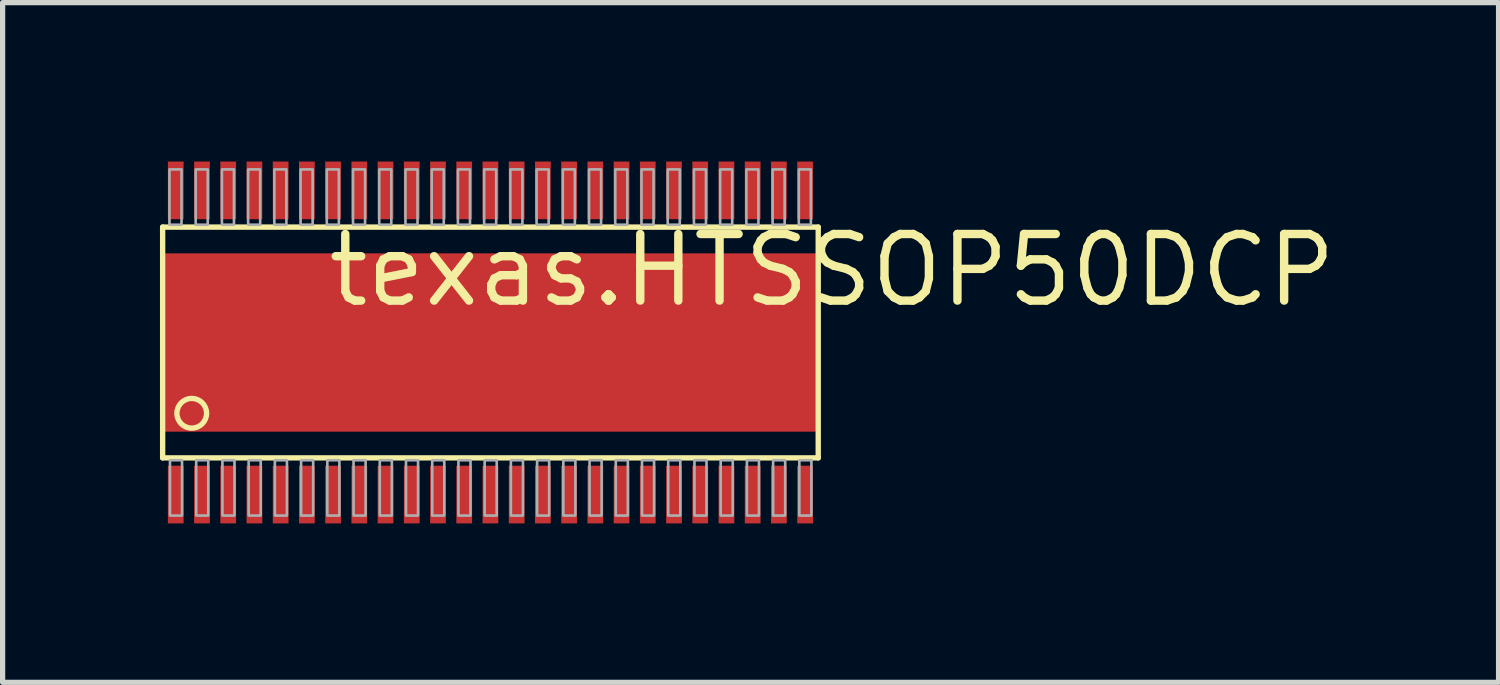
<source format=kicad_pcb>
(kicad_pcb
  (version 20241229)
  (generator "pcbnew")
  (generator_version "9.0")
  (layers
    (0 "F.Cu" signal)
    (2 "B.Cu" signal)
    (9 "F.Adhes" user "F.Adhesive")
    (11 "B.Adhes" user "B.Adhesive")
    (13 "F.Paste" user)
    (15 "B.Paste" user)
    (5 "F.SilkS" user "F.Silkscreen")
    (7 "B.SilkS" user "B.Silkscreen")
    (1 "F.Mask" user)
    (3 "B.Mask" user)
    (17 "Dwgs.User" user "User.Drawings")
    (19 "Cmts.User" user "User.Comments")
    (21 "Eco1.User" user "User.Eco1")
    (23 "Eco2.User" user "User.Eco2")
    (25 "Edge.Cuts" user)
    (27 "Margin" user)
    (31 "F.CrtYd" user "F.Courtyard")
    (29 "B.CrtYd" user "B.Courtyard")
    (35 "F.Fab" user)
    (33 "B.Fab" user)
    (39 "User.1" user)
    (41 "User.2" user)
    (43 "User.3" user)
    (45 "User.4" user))
  (footprint "texas.HTSSOP50DCP"
    (layer "F.Cu")
    (at 6.301 3.48)
    (property "Reference" "texas.HTSSOP50DCP" (at -3.175 -0.635 0) (layer "F.SilkS") (effects (font (size 1.27 1.27) (thickness 0.16)) (justify left bottom)))
    (attr smd)
    (fp_rect (start -6.25 1.7) (end 6.25 -1.7) (stroke (width 0.05) (type default)) (fill yes) (layer "F.Mask"))
    (fp_rect (start -6.155 -2.345) (end -5.845 -3.455) (stroke (width 0.05) (type default)) (fill yes) (layer "F.Mask"))
    (fp_rect (start -6.155 3.455) (end -5.845 2.345) (stroke (width 0.05) (type default)) (fill yes) (layer "F.Mask"))
    (fp_rect (start -5.655 -2.345) (end -5.345 -3.455) (stroke (width 0.05) (type default)) (fill yes) (layer "F.Mask"))
    (fp_rect (start -5.655 3.455) (end -5.345 2.345) (stroke (width 0.05) (type default)) (fill yes) (layer "F.Mask"))
    (fp_rect (start -5.155 -2.345) (end -4.845 -3.455) (stroke (width 0.05) (type default)) (fill yes) (layer "F.Mask"))
    (fp_rect (start -5.155 3.455) (end -4.845 2.345) (stroke (width 0.05) (type default)) (fill yes) (layer "F.Mask"))
    (fp_rect (start -4.655 -2.345) (end -4.345 -3.455) (stroke (width 0.05) (type default)) (fill yes) (layer "F.Mask"))
    (fp_rect (start -4.655 3.455) (end -4.345 2.345) (stroke (width 0.05) (type default)) (fill yes) (layer "F.Mask"))
    (fp_rect (start -4.155 -2.345) (end -3.845 -3.455) (stroke (width 0.05) (type default)) (fill yes) (layer "F.Mask"))
    (fp_rect (start -4.155 3.455) (end -3.845 2.345) (stroke (width 0.05) (type default)) (fill yes) (layer "F.Mask"))
    (fp_rect (start -3.655 -2.345) (end -3.345 -3.455) (stroke (width 0.05) (type default)) (fill yes) (layer "F.Mask"))
    (fp_rect (start -3.655 3.455) (end -3.345 2.345) (stroke (width 0.05) (type default)) (fill yes) (layer "F.Mask"))
    (fp_rect (start -3.155 -2.345) (end -2.845 -3.455) (stroke (width 0.05) (type default)) (fill yes) (layer "F.Mask"))
    (fp_rect (start -3.155 3.455) (end -2.845 2.345) (stroke (width 0.05) (type default)) (fill yes) (layer "F.Mask"))
    (fp_rect (start -2.655 -2.345) (end -2.345 -3.455) (stroke (width 0.05) (type default)) (fill yes) (layer "F.Mask"))
    (fp_rect (start -2.655 3.455) (end -2.345 2.345) (stroke (width 0.05) (type default)) (fill yes) (layer "F.Mask"))
    (fp_rect (start -2.155 -2.345) (end -1.845 -3.455) (stroke (width 0.05) (type default)) (fill yes) (layer "F.Mask"))
    (fp_rect (start -2.155 3.455) (end -1.845 2.345) (stroke (width 0.05) (type default)) (fill yes) (layer "F.Mask"))
    (fp_rect (start -1.655 -2.345) (end -1.345 -3.455) (stroke (width 0.05) (type default)) (fill yes) (layer "F.Mask"))
    (fp_rect (start -1.655 3.455) (end -1.345 2.345) (stroke (width 0.05) (type default)) (fill yes) (layer "F.Mask"))
    (fp_rect (start -1.155 -2.345) (end -0.845 -3.455) (stroke (width 0.05) (type default)) (fill yes) (layer "F.Mask"))
    (fp_rect (start -1.155 3.455) (end -0.845 2.345) (stroke (width 0.05) (type default)) (fill yes) (layer "F.Mask"))
    (fp_rect (start -0.655 -2.345) (end -0.345 -3.455) (stroke (width 0.05) (type default)) (fill yes) (layer "F.Mask"))
    (fp_rect (start -0.655 3.455) (end -0.345 2.345) (stroke (width 0.05) (type default)) (fill yes) (layer "F.Mask"))
    (fp_rect (start -0.155 -2.345) (end 0.155 -3.455) (stroke (width 0.05) (type default)) (fill yes) (layer "F.Mask"))
    (fp_rect (start -0.155 3.455) (end 0.155 2.345) (stroke (width 0.05) (type default)) (fill yes) (layer "F.Mask"))
    (fp_rect (start 0.345 -2.345) (end 0.655 -3.455) (stroke (width 0.05) (type default)) (fill yes) (layer "F.Mask"))
    (fp_rect (start 0.345 3.455) (end 0.655 2.345) (stroke (width 0.05) (type default)) (fill yes) (layer "F.Mask"))
    (fp_rect (start 0.845 -2.345) (end 1.155 -3.455) (stroke (width 0.05) (type default)) (fill yes) (layer "F.Mask"))
    (fp_rect (start 0.845 3.455) (end 1.155 2.345) (stroke (width 0.05) (type default)) (fill yes) (layer "F.Mask"))
    (fp_rect (start 1.345 -2.345) (end 1.655 -3.455) (stroke (width 0.05) (type default)) (fill yes) (layer "F.Mask"))
    (fp_rect (start 1.345 3.455) (end 1.655 2.345) (stroke (width 0.05) (type default)) (fill yes) (layer "F.Mask"))
    (fp_rect (start 1.845 -2.345) (end 2.155 -3.455) (stroke (width 0.05) (type default)) (fill yes) (layer "F.Mask"))
    (fp_rect (start 1.845 3.455) (end 2.155 2.345) (stroke (width 0.05) (type default)) (fill yes) (layer "F.Mask"))
    (fp_rect (start 2.345 -2.345) (end 2.655 -3.455) (stroke (width 0.05) (type default)) (fill yes) (layer "F.Mask"))
    (fp_rect (start 2.345 3.455) (end 2.655 2.345) (stroke (width 0.05) (type default)) (fill yes) (layer "F.Mask"))
    (fp_rect (start 2.845 -2.345) (end 3.155 -3.455) (stroke (width 0.05) (type default)) (fill yes) (layer "F.Mask"))
    (fp_rect (start 2.845 3.455) (end 3.155 2.345) (stroke (width 0.05) (type default)) (fill yes) (layer "F.Mask"))
    (fp_rect (start 3.345 -2.345) (end 3.655 -3.455) (stroke (width 0.05) (type default)) (fill yes) (layer "F.Mask"))
    (fp_rect (start 3.345 3.455) (end 3.655 2.345) (stroke (width 0.05) (type default)) (fill yes) (layer "F.Mask"))
    (fp_rect (start 3.845 -2.345) (end 4.155 -3.455) (stroke (width 0.05) (type default)) (fill yes) (layer "F.Mask"))
    (fp_rect (start 3.845 3.455) (end 4.155 2.345) (stroke (width 0.05) (type default)) (fill yes) (layer "F.Mask"))
    (fp_rect (start 4.345 -2.345) (end 4.655 -3.455) (stroke (width 0.05) (type default)) (fill yes) (layer "F.Mask"))
    (fp_rect (start 4.345 3.455) (end 4.655 2.345) (stroke (width 0.05) (type default)) (fill yes) (layer "F.Mask"))
    (fp_rect (start 4.845 -2.345) (end 5.155 -3.455) (stroke (width 0.05) (type default)) (fill yes) (layer "F.Mask"))
    (fp_rect (start 4.845 3.455) (end 5.155 2.345) (stroke (width 0.05) (type default)) (fill yes) (layer "F.Mask"))
    (fp_rect (start 5.345 -2.345) (end 5.655 -3.455) (stroke (width 0.05) (type default)) (fill yes) (layer "F.Mask"))
    (fp_rect (start 5.345 3.455) (end 5.655 2.345) (stroke (width 0.05) (type default)) (fill yes) (layer "F.Mask"))
    (fp_rect (start 5.845 -2.345) (end 6.155 -3.455) (stroke (width 0.05) (type default)) (fill yes) (layer "F.Mask"))
    (fp_rect (start 5.845 3.455) (end 6.155 2.345) (stroke (width 0.05) (type default)) (fill yes) (layer "F.Mask"))
    (fp_line (start -6.25 -2.2) (end 6.25 -2.2) (stroke (width 0.102) (type default)) (layer "F.SilkS"))
    (fp_line (start -6.25 2.2) (end -6.25 -2.2) (stroke (width 0.102) (type default)) (layer "F.SilkS"))
    (fp_line (start 6.25 -2.2) (end 6.25 2.2) (stroke (width 0.102) (type default)) (layer "F.SilkS"))
    (fp_line (start 6.25 2.2) (end -6.25 2.2) (stroke (width 0.102) (type default)) (layer "F.SilkS"))
    (fp_circle (center -5.695 1.35) (end -5.412 1.35) (stroke (width 0.102) (type default)) (fill no) (layer "F.SilkS"))
    (fp_rect (start -6.14 -2.365) (end -5.86 -3.435) (stroke (width 0.05) (type default)) (fill yes) (layer "F.Paste"))
    (fp_rect (start -6.14 3.435) (end -5.86 2.365) (stroke (width 0.05) (type default)) (fill yes) (layer "F.Paste"))
    (fp_rect (start -5.64 -2.365) (end -5.36 -3.435) (stroke (width 0.05) (type default)) (fill yes) (layer "F.Paste"))
    (fp_rect (start -5.64 3.435) (end -5.36 2.365) (stroke (width 0.05) (type default)) (fill yes) (layer "F.Paste"))
    (fp_rect (start -5.14 -2.365) (end -4.86 -3.435) (stroke (width 0.05) (type default)) (fill yes) (layer "F.Paste"))
    (fp_rect (start -5.14 3.435) (end -4.86 2.365) (stroke (width 0.05) (type default)) (fill yes) (layer "F.Paste"))
    (fp_rect (start -4.64 -2.365) (end -4.36 -3.435) (stroke (width 0.05) (type default)) (fill yes) (layer "F.Paste"))
    (fp_rect (start -4.64 3.435) (end -4.36 2.365) (stroke (width 0.05) (type default)) (fill yes) (layer "F.Paste"))
    (fp_rect (start -4.14 -2.365) (end -3.86 -3.435) (stroke (width 0.05) (type default)) (fill yes) (layer "F.Paste"))
    (fp_rect (start -4.14 3.435) (end -3.86 2.365) (stroke (width 0.05) (type default)) (fill yes) (layer "F.Paste"))
    (fp_rect (start -3.64 -2.365) (end -3.36 -3.435) (stroke (width 0.05) (type default)) (fill yes) (layer "F.Paste"))
    (fp_rect (start -3.64 3.435) (end -3.36 2.365) (stroke (width 0.05) (type default)) (fill yes) (layer "F.Paste"))
    (fp_rect (start -3.14 -2.365) (end -2.86 -3.435) (stroke (width 0.05) (type default)) (fill yes) (layer "F.Paste"))
    (fp_rect (start -3.14 3.435) (end -2.86 2.365) (stroke (width 0.05) (type default)) (fill yes) (layer "F.Paste"))
    (fp_rect (start -2.64 -2.365) (end -2.36 -3.435) (stroke (width 0.05) (type default)) (fill yes) (layer "F.Paste"))
    (fp_rect (start -2.64 3.435) (end -2.36 2.365) (stroke (width 0.05) (type default)) (fill yes) (layer "F.Paste"))
    (fp_rect (start -2.14 -2.365) (end -1.86 -3.435) (stroke (width 0.05) (type default)) (fill yes) (layer "F.Paste"))
    (fp_rect (start -2.14 3.435) (end -1.86 2.365) (stroke (width 0.05) (type default)) (fill yes) (layer "F.Paste"))
    (fp_rect (start -1.64 -2.365) (end -1.36 -3.435) (stroke (width 0.05) (type default)) (fill yes) (layer "F.Paste"))
    (fp_rect (start -1.64 3.435) (end -1.36 2.365) (stroke (width 0.05) (type default)) (fill yes) (layer "F.Paste"))
    (fp_rect (start -1.14 -2.365) (end -0.86 -3.435) (stroke (width 0.05) (type default)) (fill yes) (layer "F.Paste"))
    (fp_rect (start -1.14 3.435) (end -0.86 2.365) (stroke (width 0.05) (type default)) (fill yes) (layer "F.Paste"))
    (fp_rect (start -0.64 -2.365) (end -0.36 -3.435) (stroke (width 0.05) (type default)) (fill yes) (layer "F.Paste"))
    (fp_rect (start -0.64 3.435) (end -0.36 2.365) (stroke (width 0.05) (type default)) (fill yes) (layer "F.Paste"))
    (fp_rect (start -0.14 -2.365) (end 0.14 -3.435) (stroke (width 0.05) (type default)) (fill yes) (layer "F.Paste"))
    (fp_rect (start -0.14 3.435) (end 0.14 2.365) (stroke (width 0.05) (type default)) (fill yes) (layer "F.Paste"))
    (fp_rect (start 0.36 -2.365) (end 0.64 -3.435) (stroke (width 0.05) (type default)) (fill yes) (layer "F.Paste"))
    (fp_rect (start 0.36 3.435) (end 0.64 2.365) (stroke (width 0.05) (type default)) (fill yes) (layer "F.Paste"))
    (fp_rect (start 0.86 -2.365) (end 1.14 -3.435) (stroke (width 0.05) (type default)) (fill yes) (layer "F.Paste"))
    (fp_rect (start 0.86 3.435) (end 1.14 2.365) (stroke (width 0.05) (type default)) (fill yes) (layer "F.Paste"))
    (fp_rect (start 1.36 -2.365) (end 1.64 -3.435) (stroke (width 0.05) (type default)) (fill yes) (layer "F.Paste"))
    (fp_rect (start 1.36 3.435) (end 1.64 2.365) (stroke (width 0.05) (type default)) (fill yes) (layer "F.Paste"))
    (fp_rect (start 1.86 -2.365) (end 2.14 -3.435) (stroke (width 0.05) (type default)) (fill yes) (layer "F.Paste"))
    (fp_rect (start 1.86 3.435) (end 2.14 2.365) (stroke (width 0.05) (type default)) (fill yes) (layer "F.Paste"))
    (fp_rect (start 2.36 -2.365) (end 2.64 -3.435) (stroke (width 0.05) (type default)) (fill yes) (layer "F.Paste"))
    (fp_rect (start 2.36 3.435) (end 2.64 2.365) (stroke (width 0.05) (type default)) (fill yes) (layer "F.Paste"))
    (fp_rect (start 2.86 -2.365) (end 3.14 -3.435) (stroke (width 0.05) (type default)) (fill yes) (layer "F.Paste"))
    (fp_rect (start 2.86 3.435) (end 3.14 2.365) (stroke (width 0.05) (type default)) (fill yes) (layer "F.Paste"))
    (fp_rect (start 3.36 -2.365) (end 3.64 -3.435) (stroke (width 0.05) (type default)) (fill yes) (layer "F.Paste"))
    (fp_rect (start 3.36 3.435) (end 3.64 2.365) (stroke (width 0.05) (type default)) (fill yes) (layer "F.Paste"))
    (fp_rect (start 3.86 -2.365) (end 4.14 -3.435) (stroke (width 0.05) (type default)) (fill yes) (layer "F.Paste"))
    (fp_rect (start 3.86 3.435) (end 4.14 2.365) (stroke (width 0.05) (type default)) (fill yes) (layer "F.Paste"))
    (fp_rect (start 4.36 -2.365) (end 4.64 -3.435) (stroke (width 0.05) (type default)) (fill yes) (layer "F.Paste"))
    (fp_rect (start 4.36 3.435) (end 4.64 2.365) (stroke (width 0.05) (type default)) (fill yes) (layer "F.Paste"))
    (fp_rect (start 4.86 -2.365) (end 5.14 -3.435) (stroke (width 0.05) (type default)) (fill yes) (layer "F.Paste"))
    (fp_rect (start 4.86 3.435) (end 5.14 2.365) (stroke (width 0.05) (type default)) (fill yes) (layer "F.Paste"))
    (fp_rect (start 5.36 -2.365) (end 5.64 -3.435) (stroke (width 0.05) (type default)) (fill yes) (layer "F.Paste"))
    (fp_rect (start 5.36 3.435) (end 5.64 2.365) (stroke (width 0.05) (type default)) (fill yes) (layer "F.Paste"))
    (fp_rect (start 5.86 -2.365) (end 6.14 -3.435) (stroke (width 0.05) (type default)) (fill yes) (layer "F.Paste"))
    (fp_rect (start 5.86 3.435) (end 6.14 2.365) (stroke (width 0.05) (type default)) (fill yes) (layer "F.Paste"))
    (fp_rect (start -6.12 -2.245) (end -5.89 -3.3) (stroke (width 0.05) (type default)) (fill no) (layer "F.Fab"))
    (fp_rect (start -6.11 3.3) (end -5.88 2.245) (stroke (width 0.05) (type default)) (fill no) (layer "F.Fab"))
    (fp_rect (start -5.62 -2.245) (end -5.39 -3.3) (stroke (width 0.05) (type default)) (fill no) (layer "F.Fab"))
    (fp_rect (start -5.61 3.3) (end -5.38 2.245) (stroke (width 0.05) (type default)) (fill no) (layer "F.Fab"))
    (fp_rect (start -5.12 -2.245) (end -4.89 -3.3) (stroke (width 0.05) (type default)) (fill no) (layer "F.Fab"))
    (fp_rect (start -5.11 3.3) (end -4.88 2.245) (stroke (width 0.05) (type default)) (fill no) (layer "F.Fab"))
    (fp_rect (start -4.62 -2.245) (end -4.39 -3.3) (stroke (width 0.05) (type default)) (fill no) (layer "F.Fab"))
    (fp_rect (start -4.61 3.3) (end -4.38 2.245) (stroke (width 0.05) (type default)) (fill no) (layer "F.Fab"))
    (fp_rect (start -4.12 -2.245) (end -3.89 -3.3) (stroke (width 0.05) (type default)) (fill no) (layer "F.Fab"))
    (fp_rect (start -4.11 3.3) (end -3.88 2.245) (stroke (width 0.05) (type default)) (fill no) (layer "F.Fab"))
    (fp_rect (start -3.62 -2.245) (end -3.39 -3.3) (stroke (width 0.05) (type default)) (fill no) (layer "F.Fab"))
    (fp_rect (start -3.61 3.3) (end -3.38 2.245) (stroke (width 0.05) (type default)) (fill no) (layer "F.Fab"))
    (fp_rect (start -3.12 -2.245) (end -2.89 -3.3) (stroke (width 0.05) (type default)) (fill no) (layer "F.Fab"))
    (fp_rect (start -3.11 3.3) (end -2.88 2.245) (stroke (width 0.05) (type default)) (fill no) (layer "F.Fab"))
    (fp_rect (start -2.62 -2.245) (end -2.39 -3.3) (stroke (width 0.05) (type default)) (fill no) (layer "F.Fab"))
    (fp_rect (start -2.61 3.3) (end -2.38 2.245) (stroke (width 0.05) (type default)) (fill no) (layer "F.Fab"))
    (fp_rect (start -2.12 -2.245) (end -1.89 -3.3) (stroke (width 0.05) (type default)) (fill no) (layer "F.Fab"))
    (fp_rect (start -2.11 3.3) (end -1.88 2.245) (stroke (width 0.05) (type default)) (fill no) (layer "F.Fab"))
    (fp_rect (start -1.62 -2.245) (end -1.39 -3.3) (stroke (width 0.05) (type default)) (fill no) (layer "F.Fab"))
    (fp_rect (start -1.61 3.3) (end -1.38 2.245) (stroke (width 0.05) (type default)) (fill no) (layer "F.Fab"))
    (fp_rect (start -1.12 -2.245) (end -0.89 -3.3) (stroke (width 0.05) (type default)) (fill no) (layer "F.Fab"))
    (fp_rect (start -1.11 3.3) (end -0.88 2.245) (stroke (width 0.05) (type default)) (fill no) (layer "F.Fab"))
    (fp_rect (start -0.62 -2.245) (end -0.39 -3.3) (stroke (width 0.05) (type default)) (fill no) (layer "F.Fab"))
    (fp_rect (start -0.61 3.3) (end -0.38 2.245) (stroke (width 0.05) (type default)) (fill no) (layer "F.Fab"))
    (fp_rect (start -0.12 -2.245) (end 0.11 -3.3) (stroke (width 0.05) (type default)) (fill no) (layer "F.Fab"))
    (fp_rect (start -0.11 3.3) (end 0.12 2.245) (stroke (width 0.05) (type default)) (fill no) (layer "F.Fab"))
    (fp_rect (start 0.38 -2.245) (end 0.61 -3.3) (stroke (width 0.05) (type default)) (fill no) (layer "F.Fab"))
    (fp_rect (start 0.39 3.3) (end 0.62 2.245) (stroke (width 0.05) (type default)) (fill no) (layer "F.Fab"))
    (fp_rect (start 0.88 -2.245) (end 1.11 -3.3) (stroke (width 0.05) (type default)) (fill no) (layer "F.Fab"))
    (fp_rect (start 0.89 3.3) (end 1.12 2.245) (stroke (width 0.05) (type default)) (fill no) (layer "F.Fab"))
    (fp_rect (start 1.38 -2.245) (end 1.61 -3.3) (stroke (width 0.05) (type default)) (fill no) (layer "F.Fab"))
    (fp_rect (start 1.39 3.3) (end 1.62 2.245) (stroke (width 0.05) (type default)) (fill no) (layer "F.Fab"))
    (fp_rect (start 1.88 -2.245) (end 2.11 -3.3) (stroke (width 0.05) (type default)) (fill no) (layer "F.Fab"))
    (fp_rect (start 1.89 3.3) (end 2.12 2.245) (stroke (width 0.05) (type default)) (fill no) (layer "F.Fab"))
    (fp_rect (start 2.38 -2.245) (end 2.61 -3.3) (stroke (width 0.05) (type default)) (fill no) (layer "F.Fab"))
    (fp_rect (start 2.39 3.3) (end 2.62 2.245) (stroke (width 0.05) (type default)) (fill no) (layer "F.Fab"))
    (fp_rect (start 2.88 -2.245) (end 3.11 -3.3) (stroke (width 0.05) (type default)) (fill no) (layer "F.Fab"))
    (fp_rect (start 2.89 3.3) (end 3.12 2.245) (stroke (width 0.05) (type default)) (fill no) (layer "F.Fab"))
    (fp_rect (start 3.38 -2.245) (end 3.61 -3.3) (stroke (width 0.05) (type default)) (fill no) (layer "F.Fab"))
    (fp_rect (start 3.39 3.3) (end 3.62 2.245) (stroke (width 0.05) (type default)) (fill no) (layer "F.Fab"))
    (fp_rect (start 3.88 -2.245) (end 4.11 -3.3) (stroke (width 0.05) (type default)) (fill no) (layer "F.Fab"))
    (fp_rect (start 3.89 3.3) (end 4.12 2.245) (stroke (width 0.05) (type default)) (fill no) (layer "F.Fab"))
    (fp_rect (start 4.38 -2.245) (end 4.61 -3.3) (stroke (width 0.05) (type default)) (fill no) (layer "F.Fab"))
    (fp_rect (start 4.39 3.3) (end 4.62 2.245) (stroke (width 0.05) (type default)) (fill no) (layer "F.Fab"))
    (fp_rect (start 4.88 -2.245) (end 5.11 -3.3) (stroke (width 0.05) (type default)) (fill no) (layer "F.Fab"))
    (fp_rect (start 4.89 3.3) (end 5.12 2.245) (stroke (width 0.05) (type default)) (fill no) (layer "F.Fab"))
    (fp_rect (start 5.38 -2.245) (end 5.61 -3.3) (stroke (width 0.05) (type default)) (fill no) (layer "F.Fab"))
    (fp_rect (start 5.39 3.3) (end 5.62 2.245) (stroke (width 0.05) (type default)) (fill no) (layer "F.Fab"))
    (fp_rect (start 5.88 -2.245) (end 6.11 -3.3) (stroke (width 0.05) (type default)) (fill no) (layer "F.Fab"))
    (fp_rect (start 5.89 3.3) (end 6.12 2.245) (stroke (width 0.05) (type default)) (fill no) (layer "F.Fab"))
    (pad "1" smd roundrect (at -6 2.9) (size 0.3 1.1) (layers "F.Cu" "F.Mask" "F.Paste") (roundrect_rratio 0.01))
    (pad "2" smd roundrect (at -5.5 2.9) (size 0.3 1.1) (layers "F.Cu" "F.Mask" "F.Paste") (roundrect_rratio 0.01))
    (pad "3" smd roundrect (at -5 2.9) (size 0.3 1.1) (layers "F.Cu" "F.Mask" "F.Paste") (roundrect_rratio 0.01))
    (pad "4" smd roundrect (at -4.5 2.9) (size 0.3 1.1) (layers "F.Cu" "F.Mask" "F.Paste") (roundrect_rratio 0.01))
    (pad "5" smd roundrect (at -4 2.9) (size 0.3 1.1) (layers "F.Cu" "F.Mask" "F.Paste") (roundrect_rratio 0.01))
    (pad "6" smd roundrect (at -3.5 2.9) (size 0.3 1.1) (layers "F.Cu" "F.Mask" "F.Paste") (roundrect_rratio 0.01))
    (pad "7" smd roundrect (at -3 2.9) (size 0.3 1.1) (layers "F.Cu" "F.Mask" "F.Paste") (roundrect_rratio 0.01))
    (pad "8" smd roundrect (at -2.5 2.9) (size 0.3 1.1) (layers "F.Cu" "F.Mask" "F.Paste") (roundrect_rratio 0.01))
    (pad "9" smd roundrect (at -2 2.9) (size 0.3 1.1) (layers "F.Cu" "F.Mask" "F.Paste") (roundrect_rratio 0.01))
    (pad "10" smd roundrect (at -1.5 2.9) (size 0.3 1.1) (layers "F.Cu" "F.Mask" "F.Paste") (roundrect_rratio 0.01))
    (pad "11" smd roundrect (at -1 2.9) (size 0.3 1.1) (layers "F.Cu" "F.Mask" "F.Paste") (roundrect_rratio 0.01))
    (pad "12" smd roundrect (at -0.5 2.9) (size 0.3 1.1) (layers "F.Cu" "F.Mask" "F.Paste") (roundrect_rratio 0.01))
    (pad "13" smd roundrect (at 0 2.9) (size 0.3 1.1) (layers "F.Cu" "F.Mask" "F.Paste") (roundrect_rratio 0.01))
    (pad "14" smd roundrect (at 0.5 2.9) (size 0.3 1.1) (layers "F.Cu" "F.Mask" "F.Paste") (roundrect_rratio 0.01))
    (pad "15" smd roundrect (at 1 2.9) (size 0.3 1.1) (layers "F.Cu" "F.Mask" "F.Paste") (roundrect_rratio 0.01))
    (pad "16" smd roundrect (at 1.5 2.9) (size 0.3 1.1) (layers "F.Cu" "F.Mask" "F.Paste") (roundrect_rratio 0.01))
    (pad "17" smd roundrect (at 2 2.9) (size 0.3 1.1) (layers "F.Cu" "F.Mask" "F.Paste") (roundrect_rratio 0.01))
    (pad "18" smd roundrect (at 2.5 2.9) (size 0.3 1.1) (layers "F.Cu" "F.Mask" "F.Paste") (roundrect_rratio 0.01))
    (pad "19" smd roundrect (at 3 2.9) (size 0.3 1.1) (layers "F.Cu" "F.Mask" "F.Paste") (roundrect_rratio 0.01))
    (pad "20" smd roundrect (at 3.5 2.9) (size 0.3 1.1) (layers "F.Cu" "F.Mask" "F.Paste") (roundrect_rratio 0.01))
    (pad "21" smd roundrect (at 4 2.9) (size 0.3 1.1) (layers "F.Cu" "F.Mask" "F.Paste") (roundrect_rratio 0.01))
    (pad "22" smd roundrect (at 4.5 2.9) (size 0.3 1.1) (layers "F.Cu" "F.Mask" "F.Paste") (roundrect_rratio 0.01))
    (pad "23" smd roundrect (at 5 2.9) (size 0.3 1.1) (layers "F.Cu" "F.Mask" "F.Paste") (roundrect_rratio 0.01))
    (pad "24" smd roundrect (at 5.5 2.9) (size 0.3 1.1) (layers "F.Cu" "F.Mask" "F.Paste") (roundrect_rratio 0.01))
    (pad "25" smd roundrect (at 6 2.9) (size 0.3 1.1) (layers "F.Cu" "F.Mask" "F.Paste") (roundrect_rratio 0.01))
    (pad "26" smd roundrect (at 6 -2.9 180) (size 0.3 1.1) (layers "F.Cu" "F.Mask" "F.Paste") (roundrect_rratio 0.01))
    (pad "27" smd roundrect (at 5.5 -2.9 180) (size 0.3 1.1) (layers "F.Cu" "F.Mask" "F.Paste") (roundrect_rratio 0.01))
    (pad "28" smd roundrect (at 5 -2.9 180) (size 0.3 1.1) (layers "F.Cu" "F.Mask" "F.Paste") (roundrect_rratio 0.01))
    (pad "29" smd roundrect (at 4.5 -2.9 180) (size 0.3 1.1) (layers "F.Cu" "F.Mask" "F.Paste") (roundrect_rratio 0.01))
    (pad "30" smd roundrect (at 4 -2.9 180) (size 0.3 1.1) (layers "F.Cu" "F.Mask" "F.Paste") (roundrect_rratio 0.01))
    (pad "31" smd roundrect (at 3.5 -2.9 180) (size 0.3 1.1) (layers "F.Cu" "F.Mask" "F.Paste") (roundrect_rratio 0.01))
    (pad "32" smd roundrect (at 3 -2.9 180) (size 0.3 1.1) (layers "F.Cu" "F.Mask" "F.Paste") (roundrect_rratio 0.01))
    (pad "33" smd roundrect (at 2.5 -2.9 180) (size 0.3 1.1) (layers "F.Cu" "F.Mask" "F.Paste") (roundrect_rratio 0.01))
    (pad "34" smd roundrect (at 2 -2.9 180) (size 0.3 1.1) (layers "F.Cu" "F.Mask" "F.Paste") (roundrect_rratio 0.01))
    (pad "35" smd roundrect (at 1.5 -2.9 180) (size 0.3 1.1) (layers "F.Cu" "F.Mask" "F.Paste") (roundrect_rratio 0.01))
    (pad "36" smd roundrect (at 1 -2.9 180) (size 0.3 1.1) (layers "F.Cu" "F.Mask" "F.Paste") (roundrect_rratio 0.01))
    (pad "37" smd roundrect (at 0.5 -2.9 180) (size 0.3 1.1) (layers "F.Cu" "F.Mask" "F.Paste") (roundrect_rratio 0.01))
    (pad "38" smd roundrect (at 0 -2.9 180) (size 0.3 1.1) (layers "F.Cu" "F.Mask" "F.Paste") (roundrect_rratio 0.01))
    (pad "39" smd roundrect (at -0.5 -2.9 180) (size 0.3 1.1) (layers "F.Cu" "F.Mask" "F.Paste") (roundrect_rratio 0.01))
    (pad "40" smd roundrect (at -1 -2.9 180) (size 0.3 1.1) (layers "F.Cu" "F.Mask" "F.Paste") (roundrect_rratio 0.01))
    (pad "41" smd roundrect (at -1.5 -2.9 180) (size 0.3 1.1) (layers "F.Cu" "F.Mask" "F.Paste") (roundrect_rratio 0.01))
    (pad "42" smd roundrect (at -2 -2.9 180) (size 0.3 1.1) (layers "F.Cu" "F.Mask" "F.Paste") (roundrect_rratio 0.01))
    (pad "43" smd roundrect (at -2.5 -2.9 180) (size 0.3 1.1) (layers "F.Cu" "F.Mask" "F.Paste") (roundrect_rratio 0.01))
    (pad "44" smd roundrect (at -3 -2.9 180) (size 0.3 1.1) (layers "F.Cu" "F.Mask" "F.Paste") (roundrect_rratio 0.01))
    (pad "45" smd roundrect (at -3.5 -2.9 180) (size 0.3 1.1) (layers "F.Cu" "F.Mask" "F.Paste") (roundrect_rratio 0.01))
    (pad "46" smd roundrect (at -4 -2.9 180) (size 0.3 1.1) (layers "F.Cu" "F.Mask" "F.Paste") (roundrect_rratio 0.01))
    (pad "47" smd roundrect (at -4.5 -2.9 180) (size 0.3 1.1) (layers "F.Cu" "F.Mask" "F.Paste") (roundrect_rratio 0.01))
    (pad "48" smd roundrect (at -5 -2.9 180) (size 0.3 1.1) (layers "F.Cu" "F.Mask" "F.Paste") (roundrect_rratio 0.01))
    (pad "49" smd roundrect (at -5.5 -2.9 180) (size 0.3 1.1) (layers "F.Cu" "F.Mask" "F.Paste") (roundrect_rratio 0.01))
    (pad "50" smd roundrect (at -6 -2.9 180) (size 0.3 1.1) (layers "F.Cu" "F.Mask" "F.Paste") (roundrect_rratio 0.01))
    (pad "EXP" smd roundrect (at 0 0) (size 12.5 3.4) (layers "F.Cu" "F.Mask" "F.Paste") (roundrect_rratio 0.01)))
  (gr_rect
    (start -3 -3)
    (end 25.523 9.96)
    (stroke (width 0.1) (type default))
    (fill no)
    (layer "Edge.Cuts")))
</source>
